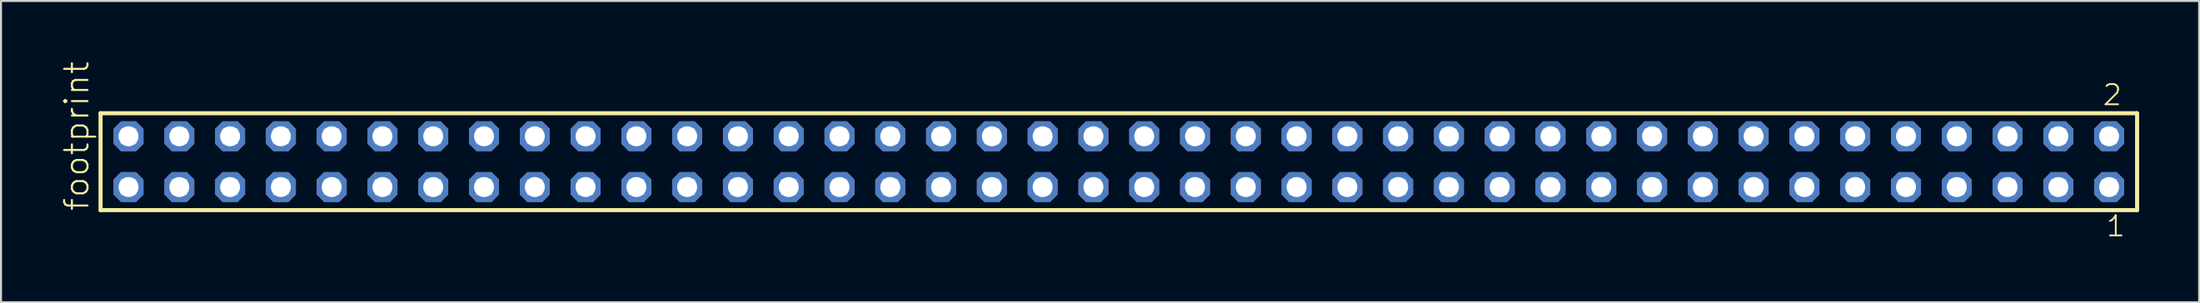
<source format=kicad_pcb>
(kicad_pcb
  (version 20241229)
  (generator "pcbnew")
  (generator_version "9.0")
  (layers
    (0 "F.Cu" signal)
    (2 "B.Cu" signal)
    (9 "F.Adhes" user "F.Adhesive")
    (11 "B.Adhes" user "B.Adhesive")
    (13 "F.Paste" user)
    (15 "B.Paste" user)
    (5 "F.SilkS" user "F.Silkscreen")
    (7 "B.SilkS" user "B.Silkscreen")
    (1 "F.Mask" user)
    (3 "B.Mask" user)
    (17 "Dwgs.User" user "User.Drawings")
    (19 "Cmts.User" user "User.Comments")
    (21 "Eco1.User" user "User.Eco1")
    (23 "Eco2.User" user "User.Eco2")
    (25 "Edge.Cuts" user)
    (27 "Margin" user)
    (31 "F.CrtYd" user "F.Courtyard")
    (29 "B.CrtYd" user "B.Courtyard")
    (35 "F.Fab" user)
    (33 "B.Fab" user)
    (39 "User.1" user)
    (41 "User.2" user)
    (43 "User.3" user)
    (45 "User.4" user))
  (footprint "footprint"
    (layer "F.Cu")
    (at 52.908 5.042)
    (property "Reference" "footprint" (at -51.435 2.54 90) (layer "F.SilkS") (effects (font (size 1.168 1.168) (thickness 0.102)) (justify left bottom)))
    (fp_line (start -50.929 -2.425) (end 50.929 -2.425) (stroke (width 0.203) (type solid)) (layer "F.SilkS"))
    (fp_line (start -50.929 2.425) (end -50.929 -2.425) (stroke (width 0.203) (type solid)) (layer "F.SilkS"))
    (fp_line (start 50.929 -2.425) (end 50.929 2.425) (stroke (width 0.203) (type solid)) (layer "F.SilkS"))
    (fp_line (start 50.929 2.425) (end -50.929 2.425) (stroke (width 0.203) (type solid)) (layer "F.SilkS"))
    (fp_poly (pts (xy -49.88 -0.92) (xy -49.18 -0.92) (xy -49.18 -1.62) (xy -49.88 -1.62)) (stroke (width 0.1) (type solid)) (fill no) (layer "F.Fab"))
    (fp_poly (pts (xy -49.88 1.62) (xy -49.18 1.62) (xy -49.18 0.92) (xy -49.88 0.92)) (stroke (width 0.1) (type solid)) (fill no) (layer "F.Fab"))
    (fp_poly (pts (xy -47.34 -0.92) (xy -46.64 -0.92) (xy -46.64 -1.62) (xy -47.34 -1.62)) (stroke (width 0.1) (type solid)) (fill no) (layer "F.Fab"))
    (fp_poly (pts (xy -47.34 1.62) (xy -46.64 1.62) (xy -46.64 0.92) (xy -47.34 0.92)) (stroke (width 0.1) (type solid)) (fill no) (layer "F.Fab"))
    (fp_poly (pts (xy -44.8 -0.92) (xy -44.1 -0.92) (xy -44.1 -1.62) (xy -44.8 -1.62)) (stroke (width 0.1) (type solid)) (fill no) (layer "F.Fab"))
    (fp_poly (pts (xy -44.8 1.62) (xy -44.1 1.62) (xy -44.1 0.92) (xy -44.8 0.92)) (stroke (width 0.1) (type solid)) (fill no) (layer "F.Fab"))
    (fp_poly (pts (xy -42.26 -0.92) (xy -41.56 -0.92) (xy -41.56 -1.62) (xy -42.26 -1.62)) (stroke (width 0.1) (type solid)) (fill no) (layer "F.Fab"))
    (fp_poly (pts (xy -42.26 1.62) (xy -41.56 1.62) (xy -41.56 0.92) (xy -42.26 0.92)) (stroke (width 0.1) (type solid)) (fill no) (layer "F.Fab"))
    (fp_poly (pts (xy -39.72 -0.92) (xy -39.02 -0.92) (xy -39.02 -1.62) (xy -39.72 -1.62)) (stroke (width 0.1) (type solid)) (fill no) (layer "F.Fab"))
    (fp_poly (pts (xy -39.72 1.62) (xy -39.02 1.62) (xy -39.02 0.92) (xy -39.72 0.92)) (stroke (width 0.1) (type solid)) (fill no) (layer "F.Fab"))
    (fp_poly (pts (xy -37.18 -0.92) (xy -36.48 -0.92) (xy -36.48 -1.62) (xy -37.18 -1.62)) (stroke (width 0.1) (type solid)) (fill no) (layer "F.Fab"))
    (fp_poly (pts (xy -37.18 1.62) (xy -36.48 1.62) (xy -36.48 0.92) (xy -37.18 0.92)) (stroke (width 0.1) (type solid)) (fill no) (layer "F.Fab"))
    (fp_poly (pts (xy -34.64 -0.92) (xy -33.94 -0.92) (xy -33.94 -1.62) (xy -34.64 -1.62)) (stroke (width 0.1) (type solid)) (fill no) (layer "F.Fab"))
    (fp_poly (pts (xy -34.64 1.62) (xy -33.94 1.62) (xy -33.94 0.92) (xy -34.64 0.92)) (stroke (width 0.1) (type solid)) (fill no) (layer "F.Fab"))
    (fp_poly (pts (xy -32.1 -0.92) (xy -31.4 -0.92) (xy -31.4 -1.62) (xy -32.1 -1.62)) (stroke (width 0.1) (type solid)) (fill no) (layer "F.Fab"))
    (fp_poly (pts (xy -32.1 1.62) (xy -31.4 1.62) (xy -31.4 0.92) (xy -32.1 0.92)) (stroke (width 0.1) (type solid)) (fill no) (layer "F.Fab"))
    (fp_poly (pts (xy -29.56 -0.92) (xy -28.86 -0.92) (xy -28.86 -1.62) (xy -29.56 -1.62)) (stroke (width 0.1) (type solid)) (fill no) (layer "F.Fab"))
    (fp_poly (pts (xy -29.56 1.62) (xy -28.86 1.62) (xy -28.86 0.92) (xy -29.56 0.92)) (stroke (width 0.1) (type solid)) (fill no) (layer "F.Fab"))
    (fp_poly (pts (xy -27.02 -0.92) (xy -26.32 -0.92) (xy -26.32 -1.62) (xy -27.02 -1.62)) (stroke (width 0.1) (type solid)) (fill no) (layer "F.Fab"))
    (fp_poly (pts (xy -27.02 1.62) (xy -26.32 1.62) (xy -26.32 0.92) (xy -27.02 0.92)) (stroke (width 0.1) (type solid)) (fill no) (layer "F.Fab"))
    (fp_poly (pts (xy -24.48 -0.92) (xy -23.78 -0.92) (xy -23.78 -1.62) (xy -24.48 -1.62)) (stroke (width 0.1) (type solid)) (fill no) (layer "F.Fab"))
    (fp_poly (pts (xy -24.48 1.62) (xy -23.78 1.62) (xy -23.78 0.92) (xy -24.48 0.92)) (stroke (width 0.1) (type solid)) (fill no) (layer "F.Fab"))
    (fp_poly (pts (xy -21.94 -0.92) (xy -21.24 -0.92) (xy -21.24 -1.62) (xy -21.94 -1.62)) (stroke (width 0.1) (type solid)) (fill no) (layer "F.Fab"))
    (fp_poly (pts (xy -21.94 1.62) (xy -21.24 1.62) (xy -21.24 0.92) (xy -21.94 0.92)) (stroke (width 0.1) (type solid)) (fill no) (layer "F.Fab"))
    (fp_poly (pts (xy -19.4 -0.92) (xy -18.7 -0.92) (xy -18.7 -1.62) (xy -19.4 -1.62)) (stroke (width 0.1) (type solid)) (fill no) (layer "F.Fab"))
    (fp_poly (pts (xy -19.4 1.62) (xy -18.7 1.62) (xy -18.7 0.92) (xy -19.4 0.92)) (stroke (width 0.1) (type solid)) (fill no) (layer "F.Fab"))
    (fp_poly (pts (xy -16.86 -0.92) (xy -16.16 -0.92) (xy -16.16 -1.62) (xy -16.86 -1.62)) (stroke (width 0.1) (type solid)) (fill no) (layer "F.Fab"))
    (fp_poly (pts (xy -16.86 1.62) (xy -16.16 1.62) (xy -16.16 0.92) (xy -16.86 0.92)) (stroke (width 0.1) (type solid)) (fill no) (layer "F.Fab"))
    (fp_poly (pts (xy -14.32 -0.92) (xy -13.62 -0.92) (xy -13.62 -1.62) (xy -14.32 -1.62)) (stroke (width 0.1) (type solid)) (fill no) (layer "F.Fab"))
    (fp_poly (pts (xy -14.32 1.62) (xy -13.62 1.62) (xy -13.62 0.92) (xy -14.32 0.92)) (stroke (width 0.1) (type solid)) (fill no) (layer "F.Fab"))
    (fp_poly (pts (xy -11.78 -0.92) (xy -11.08 -0.92) (xy -11.08 -1.62) (xy -11.78 -1.62)) (stroke (width 0.1) (type solid)) (fill no) (layer "F.Fab"))
    (fp_poly (pts (xy -11.78 1.62) (xy -11.08 1.62) (xy -11.08 0.92) (xy -11.78 0.92)) (stroke (width 0.1) (type solid)) (fill no) (layer "F.Fab"))
    (fp_poly (pts (xy -9.24 -0.92) (xy -8.54 -0.92) (xy -8.54 -1.62) (xy -9.24 -1.62)) (stroke (width 0.1) (type solid)) (fill no) (layer "F.Fab"))
    (fp_poly (pts (xy -9.24 1.62) (xy -8.54 1.62) (xy -8.54 0.92) (xy -9.24 0.92)) (stroke (width 0.1) (type solid)) (fill no) (layer "F.Fab"))
    (fp_poly (pts (xy -6.7 -0.92) (xy -6 -0.92) (xy -6 -1.62) (xy -6.7 -1.62)) (stroke (width 0.1) (type solid)) (fill no) (layer "F.Fab"))
    (fp_poly (pts (xy -6.7 1.62) (xy -6 1.62) (xy -6 0.92) (xy -6.7 0.92)) (stroke (width 0.1) (type solid)) (fill no) (layer "F.Fab"))
    (fp_poly (pts (xy -4.16 -0.92) (xy -3.46 -0.92) (xy -3.46 -1.62) (xy -4.16 -1.62)) (stroke (width 0.1) (type solid)) (fill no) (layer "F.Fab"))
    (fp_poly (pts (xy -4.16 1.62) (xy -3.46 1.62) (xy -3.46 0.92) (xy -4.16 0.92)) (stroke (width 0.1) (type solid)) (fill no) (layer "F.Fab"))
    (fp_poly (pts (xy -1.62 -0.92) (xy -0.92 -0.92) (xy -0.92 -1.62) (xy -1.62 -1.62)) (stroke (width 0.1) (type solid)) (fill no) (layer "F.Fab"))
    (fp_poly (pts (xy -1.62 1.62) (xy -0.92 1.62) (xy -0.92 0.92) (xy -1.62 0.92)) (stroke (width 0.1) (type solid)) (fill no) (layer "F.Fab"))
    (fp_poly (pts (xy 0.92 -0.92) (xy 1.62 -0.92) (xy 1.62 -1.62) (xy 0.92 -1.62)) (stroke (width 0.1) (type solid)) (fill no) (layer "F.Fab"))
    (fp_poly (pts (xy 0.92 1.62) (xy 1.62 1.62) (xy 1.62 0.92) (xy 0.92 0.92)) (stroke (width 0.1) (type solid)) (fill no) (layer "F.Fab"))
    (fp_poly (pts (xy 3.46 -0.92) (xy 4.16 -0.92) (xy 4.16 -1.62) (xy 3.46 -1.62)) (stroke (width 0.1) (type solid)) (fill no) (layer "F.Fab"))
    (fp_poly (pts (xy 3.46 1.62) (xy 4.16 1.62) (xy 4.16 0.92) (xy 3.46 0.92)) (stroke (width 0.1) (type solid)) (fill no) (layer "F.Fab"))
    (fp_poly (pts (xy 6 -0.92) (xy 6.7 -0.92) (xy 6.7 -1.62) (xy 6 -1.62)) (stroke (width 0.1) (type solid)) (fill no) (layer "F.Fab"))
    (fp_poly (pts (xy 6 1.62) (xy 6.7 1.62) (xy 6.7 0.92) (xy 6 0.92)) (stroke (width 0.1) (type solid)) (fill no) (layer "F.Fab"))
    (fp_poly (pts (xy 8.54 -0.92) (xy 9.24 -0.92) (xy 9.24 -1.62) (xy 8.54 -1.62)) (stroke (width 0.1) (type solid)) (fill no) (layer "F.Fab"))
    (fp_poly (pts (xy 8.54 1.62) (xy 9.24 1.62) (xy 9.24 0.92) (xy 8.54 0.92)) (stroke (width 0.1) (type solid)) (fill no) (layer "F.Fab"))
    (fp_poly (pts (xy 11.08 -0.92) (xy 11.78 -0.92) (xy 11.78 -1.62) (xy 11.08 -1.62)) (stroke (width 0.1) (type solid)) (fill no) (layer "F.Fab"))
    (fp_poly (pts (xy 11.08 1.62) (xy 11.78 1.62) (xy 11.78 0.92) (xy 11.08 0.92)) (stroke (width 0.1) (type solid)) (fill no) (layer "F.Fab"))
    (fp_poly (pts (xy 13.62 -0.92) (xy 14.32 -0.92) (xy 14.32 -1.62) (xy 13.62 -1.62)) (stroke (width 0.1) (type solid)) (fill no) (layer "F.Fab"))
    (fp_poly (pts (xy 13.62 1.62) (xy 14.32 1.62) (xy 14.32 0.92) (xy 13.62 0.92)) (stroke (width 0.1) (type solid)) (fill no) (layer "F.Fab"))
    (fp_poly (pts (xy 16.16 -0.92) (xy 16.86 -0.92) (xy 16.86 -1.62) (xy 16.16 -1.62)) (stroke (width 0.1) (type solid)) (fill no) (layer "F.Fab"))
    (fp_poly (pts (xy 16.16 1.62) (xy 16.86 1.62) (xy 16.86 0.92) (xy 16.16 0.92)) (stroke (width 0.1) (type solid)) (fill no) (layer "F.Fab"))
    (fp_poly (pts (xy 18.7 -0.92) (xy 19.4 -0.92) (xy 19.4 -1.62) (xy 18.7 -1.62)) (stroke (width 0.1) (type solid)) (fill no) (layer "F.Fab"))
    (fp_poly (pts (xy 18.7 1.62) (xy 19.4 1.62) (xy 19.4 0.92) (xy 18.7 0.92)) (stroke (width 0.1) (type solid)) (fill no) (layer "F.Fab"))
    (fp_poly (pts (xy 21.24 -0.92) (xy 21.94 -0.92) (xy 21.94 -1.62) (xy 21.24 -1.62)) (stroke (width 0.1) (type solid)) (fill no) (layer "F.Fab"))
    (fp_poly (pts (xy 21.24 1.62) (xy 21.94 1.62) (xy 21.94 0.92) (xy 21.24 0.92)) (stroke (width 0.1) (type solid)) (fill no) (layer "F.Fab"))
    (fp_poly (pts (xy 23.78 -0.92) (xy 24.48 -0.92) (xy 24.48 -1.62) (xy 23.78 -1.62)) (stroke (width 0.1) (type solid)) (fill no) (layer "F.Fab"))
    (fp_poly (pts (xy 23.78 1.62) (xy 24.48 1.62) (xy 24.48 0.92) (xy 23.78 0.92)) (stroke (width 0.1) (type solid)) (fill no) (layer "F.Fab"))
    (fp_poly (pts (xy 26.32 -0.92) (xy 27.02 -0.92) (xy 27.02 -1.62) (xy 26.32 -1.62)) (stroke (width 0.1) (type solid)) (fill no) (layer "F.Fab"))
    (fp_poly (pts (xy 26.32 1.62) (xy 27.02 1.62) (xy 27.02 0.92) (xy 26.32 0.92)) (stroke (width 0.1) (type solid)) (fill no) (layer "F.Fab"))
    (fp_poly (pts (xy 28.86 -0.92) (xy 29.56 -0.92) (xy 29.56 -1.62) (xy 28.86 -1.62)) (stroke (width 0.1) (type solid)) (fill no) (layer "F.Fab"))
    (fp_poly (pts (xy 28.86 1.62) (xy 29.56 1.62) (xy 29.56 0.92) (xy 28.86 0.92)) (stroke (width 0.1) (type solid)) (fill no) (layer "F.Fab"))
    (fp_poly (pts (xy 31.4 -0.92) (xy 32.1 -0.92) (xy 32.1 -1.62) (xy 31.4 -1.62)) (stroke (width 0.1) (type solid)) (fill no) (layer "F.Fab"))
    (fp_poly (pts (xy 31.4 1.62) (xy 32.1 1.62) (xy 32.1 0.92) (xy 31.4 0.92)) (stroke (width 0.1) (type solid)) (fill no) (layer "F.Fab"))
    (fp_poly (pts (xy 33.94 -0.92) (xy 34.64 -0.92) (xy 34.64 -1.62) (xy 33.94 -1.62)) (stroke (width 0.1) (type solid)) (fill no) (layer "F.Fab"))
    (fp_poly (pts (xy 33.94 1.62) (xy 34.64 1.62) (xy 34.64 0.92) (xy 33.94 0.92)) (stroke (width 0.1) (type solid)) (fill no) (layer "F.Fab"))
    (fp_poly (pts (xy 36.48 -0.92) (xy 37.18 -0.92) (xy 37.18 -1.62) (xy 36.48 -1.62)) (stroke (width 0.1) (type solid)) (fill no) (layer "F.Fab"))
    (fp_poly (pts (xy 36.48 1.62) (xy 37.18 1.62) (xy 37.18 0.92) (xy 36.48 0.92)) (stroke (width 0.1) (type solid)) (fill no) (layer "F.Fab"))
    (fp_poly (pts (xy 39.02 -0.92) (xy 39.72 -0.92) (xy 39.72 -1.62) (xy 39.02 -1.62)) (stroke (width 0.1) (type solid)) (fill no) (layer "F.Fab"))
    (fp_poly (pts (xy 39.02 1.62) (xy 39.72 1.62) (xy 39.72 0.92) (xy 39.02 0.92)) (stroke (width 0.1) (type solid)) (fill no) (layer "F.Fab"))
    (fp_poly (pts (xy 41.56 -0.92) (xy 42.26 -0.92) (xy 42.26 -1.62) (xy 41.56 -1.62)) (stroke (width 0.1) (type solid)) (fill no) (layer "F.Fab"))
    (fp_poly (pts (xy 41.56 1.62) (xy 42.26 1.62) (xy 42.26 0.92) (xy 41.56 0.92)) (stroke (width 0.1) (type solid)) (fill no) (layer "F.Fab"))
    (fp_poly (pts (xy 44.1 -0.92) (xy 44.8 -0.92) (xy 44.8 -1.62) (xy 44.1 -1.62)) (stroke (width 0.1) (type solid)) (fill no) (layer "F.Fab"))
    (fp_poly (pts (xy 44.1 1.62) (xy 44.8 1.62) (xy 44.8 0.92) (xy 44.1 0.92)) (stroke (width 0.1) (type solid)) (fill no) (layer "F.Fab"))
    (fp_poly (pts (xy 46.64 -0.92) (xy 47.34 -0.92) (xy 47.34 -1.62) (xy 46.64 -1.62)) (stroke (width 0.1) (type solid)) (fill no) (layer "F.Fab"))
    (fp_poly (pts (xy 46.64 1.62) (xy 47.34 1.62) (xy 47.34 0.92) (xy 46.64 0.92)) (stroke (width 0.1) (type solid)) (fill no) (layer "F.Fab"))
    (fp_poly (pts (xy 49.18 -0.92) (xy 49.88 -0.92) (xy 49.88 -1.62) (xy 49.18 -1.62)) (stroke (width 0.1) (type solid)) (fill no) (layer "F.Fab"))
    (fp_poly (pts (xy 49.18 1.62) (xy 49.88 1.62) (xy 49.88 0.92) (xy 49.18 0.92)) (stroke (width 0.1) (type solid)) (fill no) (layer "F.Fab"))
    (fp_text user "2" (at 49.147 -2.744 0) (layer "F.SilkS") (effects (font (size 1.012 1.012) (thickness 0.088)) (justify left bottom)))
    (fp_text user "1" (at 49.322 3.818 0) (layer "F.SilkS") (effects (font (size 1.012 1.012) (thickness 0.088)) (justify left bottom)))
    (pad "1" thru_hole roundrect (at 49.53 1.27 180) (size 1.5 1.5) (drill 1) (layers "*.Cu" "*.Mask") (roundrect_rratio 0.25) (chamfer_ratio 0.25) (chamfer top_left top_right bottom_left bottom_right))
    (pad "2" thru_hole roundrect (at 49.53 -1.27 180) (size 1.5 1.5) (drill 1) (layers "*.Cu" "*.Mask") (roundrect_rratio 0.25) (chamfer_ratio 0.25) (chamfer top_left top_right bottom_left bottom_right))
    (pad "3" thru_hole roundrect (at 46.99 1.27 180) (size 1.5 1.5) (drill 1) (layers "*.Cu" "*.Mask") (roundrect_rratio 0.25) (chamfer_ratio 0.25) (chamfer top_left top_right bottom_left bottom_right))
    (pad "4" thru_hole roundrect (at 46.99 -1.27 180) (size 1.5 1.5) (drill 1) (layers "*.Cu" "*.Mask") (roundrect_rratio 0.25) (chamfer_ratio 0.25) (chamfer top_left top_right bottom_left bottom_right))
    (pad "5" thru_hole roundrect (at 44.45 1.27 180) (size 1.5 1.5) (drill 1) (layers "*.Cu" "*.Mask") (roundrect_rratio 0.25) (chamfer_ratio 0.25) (chamfer top_left top_right bottom_left bottom_right))
    (pad "6" thru_hole roundrect (at 44.45 -1.27 180) (size 1.5 1.5) (drill 1) (layers "*.Cu" "*.Mask") (roundrect_rratio 0.25) (chamfer_ratio 0.25) (chamfer top_left top_right bottom_left bottom_right))
    (pad "7" thru_hole roundrect (at 41.91 1.27 180) (size 1.5 1.5) (drill 1) (layers "*.Cu" "*.Mask") (roundrect_rratio 0.25) (chamfer_ratio 0.25) (chamfer top_left top_right bottom_left bottom_right))
    (pad "8" thru_hole roundrect (at 41.91 -1.27 180) (size 1.5 1.5) (drill 1) (layers "*.Cu" "*.Mask") (roundrect_rratio 0.25) (chamfer_ratio 0.25) (chamfer top_left top_right bottom_left bottom_right))
    (pad "9" thru_hole roundrect (at 39.37 1.27 180) (size 1.5 1.5) (drill 1) (layers "*.Cu" "*.Mask") (roundrect_rratio 0.25) (chamfer_ratio 0.25) (chamfer top_left top_right bottom_left bottom_right))
    (pad "10" thru_hole roundrect (at 39.37 -1.27 180) (size 1.5 1.5) (drill 1) (layers "*.Cu" "*.Mask") (roundrect_rratio 0.25) (chamfer_ratio 0.25) (chamfer top_left top_right bottom_left bottom_right))
    (pad "11" thru_hole roundrect (at 36.83 1.27 180) (size 1.5 1.5) (drill 1) (layers "*.Cu" "*.Mask") (roundrect_rratio 0.25) (chamfer_ratio 0.25) (chamfer top_left top_right bottom_left bottom_right))
    (pad "12" thru_hole roundrect (at 36.83 -1.27 180) (size 1.5 1.5) (drill 1) (layers "*.Cu" "*.Mask") (roundrect_rratio 0.25) (chamfer_ratio 0.25) (chamfer top_left top_right bottom_left bottom_right))
    (pad "13" thru_hole roundrect (at 34.29 1.27 180) (size 1.5 1.5) (drill 1) (layers "*.Cu" "*.Mask") (roundrect_rratio 0.25) (chamfer_ratio 0.25) (chamfer top_left top_right bottom_left bottom_right))
    (pad "14" thru_hole roundrect (at 34.29 -1.27 180) (size 1.5 1.5) (drill 1) (layers "*.Cu" "*.Mask") (roundrect_rratio 0.25) (chamfer_ratio 0.25) (chamfer top_left top_right bottom_left bottom_right))
    (pad "15" thru_hole roundrect (at 31.75 1.27 180) (size 1.5 1.5) (drill 1) (layers "*.Cu" "*.Mask") (roundrect_rratio 0.25) (chamfer_ratio 0.25) (chamfer top_left top_right bottom_left bottom_right))
    (pad "16" thru_hole roundrect (at 31.75 -1.27 180) (size 1.5 1.5) (drill 1) (layers "*.Cu" "*.Mask") (roundrect_rratio 0.25) (chamfer_ratio 0.25) (chamfer top_left top_right bottom_left bottom_right))
    (pad "17" thru_hole roundrect (at 29.21 1.27 180) (size 1.5 1.5) (drill 1) (layers "*.Cu" "*.Mask") (roundrect_rratio 0.25) (chamfer_ratio 0.25) (chamfer top_left top_right bottom_left bottom_right))
    (pad "18" thru_hole roundrect (at 29.21 -1.27 180) (size 1.5 1.5) (drill 1) (layers "*.Cu" "*.Mask") (roundrect_rratio 0.25) (chamfer_ratio 0.25) (chamfer top_left top_right bottom_left bottom_right))
    (pad "19" thru_hole roundrect (at 26.67 1.27 180) (size 1.5 1.5) (drill 1) (layers "*.Cu" "*.Mask") (roundrect_rratio 0.25) (chamfer_ratio 0.25) (chamfer top_left top_right bottom_left bottom_right))
    (pad "20" thru_hole roundrect (at 26.67 -1.27 180) (size 1.5 1.5) (drill 1) (layers "*.Cu" "*.Mask") (roundrect_rratio 0.25) (chamfer_ratio 0.25) (chamfer top_left top_right bottom_left bottom_right))
    (pad "21" thru_hole roundrect (at 24.13 1.27 180) (size 1.5 1.5) (drill 1) (layers "*.Cu" "*.Mask") (roundrect_rratio 0.25) (chamfer_ratio 0.25) (chamfer top_left top_right bottom_left bottom_right))
    (pad "22" thru_hole roundrect (at 24.13 -1.27 180) (size 1.5 1.5) (drill 1) (layers "*.Cu" "*.Mask") (roundrect_rratio 0.25) (chamfer_ratio 0.25) (chamfer top_left top_right bottom_left bottom_right))
    (pad "23" thru_hole roundrect (at 21.59 1.27 180) (size 1.5 1.5) (drill 1) (layers "*.Cu" "*.Mask") (roundrect_rratio 0.25) (chamfer_ratio 0.25) (chamfer top_left top_right bottom_left bottom_right))
    (pad "24" thru_hole roundrect (at 21.59 -1.27 180) (size 1.5 1.5) (drill 1) (layers "*.Cu" "*.Mask") (roundrect_rratio 0.25) (chamfer_ratio 0.25) (chamfer top_left top_right bottom_left bottom_right))
    (pad "25" thru_hole roundrect (at 19.05 1.27 180) (size 1.5 1.5) (drill 1) (layers "*.Cu" "*.Mask") (roundrect_rratio 0.25) (chamfer_ratio 0.25) (chamfer top_left top_right bottom_left bottom_right))
    (pad "26" thru_hole roundrect (at 19.05 -1.27 180) (size 1.5 1.5) (drill 1) (layers "*.Cu" "*.Mask") (roundrect_rratio 0.25) (chamfer_ratio 0.25) (chamfer top_left top_right bottom_left bottom_right))
    (pad "27" thru_hole roundrect (at 16.51 1.27 180) (size 1.5 1.5) (drill 1) (layers "*.Cu" "*.Mask") (roundrect_rratio 0.25) (chamfer_ratio 0.25) (chamfer top_left top_right bottom_left bottom_right))
    (pad "28" thru_hole roundrect (at 16.51 -1.27 180) (size 1.5 1.5) (drill 1) (layers "*.Cu" "*.Mask") (roundrect_rratio 0.25) (chamfer_ratio 0.25) (chamfer top_left top_right bottom_left bottom_right))
    (pad "29" thru_hole roundrect (at 13.97 1.27 180) (size 1.5 1.5) (drill 1) (layers "*.Cu" "*.Mask") (roundrect_rratio 0.25) (chamfer_ratio 0.25) (chamfer top_left top_right bottom_left bottom_right))
    (pad "30" thru_hole roundrect (at 13.97 -1.27 180) (size 1.5 1.5) (drill 1) (layers "*.Cu" "*.Mask") (roundrect_rratio 0.25) (chamfer_ratio 0.25) (chamfer top_left top_right bottom_left bottom_right))
    (pad "31" thru_hole roundrect (at 11.43 1.27 180) (size 1.5 1.5) (drill 1) (layers "*.Cu" "*.Mask") (roundrect_rratio 0.25) (chamfer_ratio 0.25) (chamfer top_left top_right bottom_left bottom_right))
    (pad "32" thru_hole roundrect (at 11.43 -1.27 180) (size 1.5 1.5) (drill 1) (layers "*.Cu" "*.Mask") (roundrect_rratio 0.25) (chamfer_ratio 0.25) (chamfer top_left top_right bottom_left bottom_right))
    (pad "33" thru_hole roundrect (at 8.89 1.27 180) (size 1.5 1.5) (drill 1) (layers "*.Cu" "*.Mask") (roundrect_rratio 0.25) (chamfer_ratio 0.25) (chamfer top_left top_right bottom_left bottom_right))
    (pad "34" thru_hole roundrect (at 8.89 -1.27 180) (size 1.5 1.5) (drill 1) (layers "*.Cu" "*.Mask") (roundrect_rratio 0.25) (chamfer_ratio 0.25) (chamfer top_left top_right bottom_left bottom_right))
    (pad "35" thru_hole roundrect (at 6.35 1.27 180) (size 1.5 1.5) (drill 1) (layers "*.Cu" "*.Mask") (roundrect_rratio 0.25) (chamfer_ratio 0.25) (chamfer top_left top_right bottom_left bottom_right))
    (pad "36" thru_hole roundrect (at 6.35 -1.27 180) (size 1.5 1.5) (drill 1) (layers "*.Cu" "*.Mask") (roundrect_rratio 0.25) (chamfer_ratio 0.25) (chamfer top_left top_right bottom_left bottom_right))
    (pad "37" thru_hole roundrect (at 3.81 1.27 180) (size 1.5 1.5) (drill 1) (layers "*.Cu" "*.Mask") (roundrect_rratio 0.25) (chamfer_ratio 0.25) (chamfer top_left top_right bottom_left bottom_right))
    (pad "38" thru_hole roundrect (at 3.81 -1.27 180) (size 1.5 1.5) (drill 1) (layers "*.Cu" "*.Mask") (roundrect_rratio 0.25) (chamfer_ratio 0.25) (chamfer top_left top_right bottom_left bottom_right))
    (pad "39" thru_hole roundrect (at 1.27 1.27 180) (size 1.5 1.5) (drill 1) (layers "*.Cu" "*.Mask") (roundrect_rratio 0.25) (chamfer_ratio 0.25) (chamfer top_left top_right bottom_left bottom_right))
    (pad "40" thru_hole roundrect (at 1.27 -1.27 180) (size 1.5 1.5) (drill 1) (layers "*.Cu" "*.Mask") (roundrect_rratio 0.25) (chamfer_ratio 0.25) (chamfer top_left top_right bottom_left bottom_right))
    (pad "41" thru_hole roundrect (at -1.27 1.27 180) (size 1.5 1.5) (drill 1) (layers "*.Cu" "*.Mask") (roundrect_rratio 0.25) (chamfer_ratio 0.25) (chamfer top_left top_right bottom_left bottom_right))
    (pad "42" thru_hole roundrect (at -1.27 -1.27 180) (size 1.5 1.5) (drill 1) (layers "*.Cu" "*.Mask") (roundrect_rratio 0.25) (chamfer_ratio 0.25) (chamfer top_left top_right bottom_left bottom_right))
    (pad "43" thru_hole roundrect (at -3.81 1.27 180) (size 1.5 1.5) (drill 1) (layers "*.Cu" "*.Mask") (roundrect_rratio 0.25) (chamfer_ratio 0.25) (chamfer top_left top_right bottom_left bottom_right))
    (pad "44" thru_hole roundrect (at -3.81 -1.27 180) (size 1.5 1.5) (drill 1) (layers "*.Cu" "*.Mask") (roundrect_rratio 0.25) (chamfer_ratio 0.25) (chamfer top_left top_right bottom_left bottom_right))
    (pad "45" thru_hole roundrect (at -6.35 1.27 180) (size 1.5 1.5) (drill 1) (layers "*.Cu" "*.Mask") (roundrect_rratio 0.25) (chamfer_ratio 0.25) (chamfer top_left top_right bottom_left bottom_right))
    (pad "46" thru_hole roundrect (at -6.35 -1.27 180) (size 1.5 1.5) (drill 1) (layers "*.Cu" "*.Mask") (roundrect_rratio 0.25) (chamfer_ratio 0.25) (chamfer top_left top_right bottom_left bottom_right))
    (pad "47" thru_hole roundrect (at -8.89 1.27 180) (size 1.5 1.5) (drill 1) (layers "*.Cu" "*.Mask") (roundrect_rratio 0.25) (chamfer_ratio 0.25) (chamfer top_left top_right bottom_left bottom_right))
    (pad "48" thru_hole roundrect (at -8.89 -1.27 180) (size 1.5 1.5) (drill 1) (layers "*.Cu" "*.Mask") (roundrect_rratio 0.25) (chamfer_ratio 0.25) (chamfer top_left top_right bottom_left bottom_right))
    (pad "49" thru_hole roundrect (at -11.43 1.27 180) (size 1.5 1.5) (drill 1) (layers "*.Cu" "*.Mask") (roundrect_rratio 0.25) (chamfer_ratio 0.25) (chamfer top_left top_right bottom_left bottom_right))
    (pad "50" thru_hole roundrect (at -11.43 -1.27 180) (size 1.5 1.5) (drill 1) (layers "*.Cu" "*.Mask") (roundrect_rratio 0.25) (chamfer_ratio 0.25) (chamfer top_left top_right bottom_left bottom_right))
    (pad "51" thru_hole roundrect (at -13.97 1.27 180) (size 1.5 1.5) (drill 1) (layers "*.Cu" "*.Mask") (roundrect_rratio 0.25) (chamfer_ratio 0.25) (chamfer top_left top_right bottom_left bottom_right))
    (pad "52" thru_hole roundrect (at -13.97 -1.27 180) (size 1.5 1.5) (drill 1) (layers "*.Cu" "*.Mask") (roundrect_rratio 0.25) (chamfer_ratio 0.25) (chamfer top_left top_right bottom_left bottom_right))
    (pad "53" thru_hole roundrect (at -16.51 1.27 180) (size 1.5 1.5) (drill 1) (layers "*.Cu" "*.Mask") (roundrect_rratio 0.25) (chamfer_ratio 0.25) (chamfer top_left top_right bottom_left bottom_right))
    (pad "54" thru_hole roundrect (at -16.51 -1.27 180) (size 1.5 1.5) (drill 1) (layers "*.Cu" "*.Mask") (roundrect_rratio 0.25) (chamfer_ratio 0.25) (chamfer top_left top_right bottom_left bottom_right))
    (pad "55" thru_hole roundrect (at -19.05 1.27 180) (size 1.5 1.5) (drill 1) (layers "*.Cu" "*.Mask") (roundrect_rratio 0.25) (chamfer_ratio 0.25) (chamfer top_left top_right bottom_left bottom_right))
    (pad "56" thru_hole roundrect (at -19.05 -1.27 180) (size 1.5 1.5) (drill 1) (layers "*.Cu" "*.Mask") (roundrect_rratio 0.25) (chamfer_ratio 0.25) (chamfer top_left top_right bottom_left bottom_right))
    (pad "57" thru_hole roundrect (at -21.59 1.27 180) (size 1.5 1.5) (drill 1) (layers "*.Cu" "*.Mask") (roundrect_rratio 0.25) (chamfer_ratio 0.25) (chamfer top_left top_right bottom_left bottom_right))
    (pad "58" thru_hole roundrect (at -21.59 -1.27 180) (size 1.5 1.5) (drill 1) (layers "*.Cu" "*.Mask") (roundrect_rratio 0.25) (chamfer_ratio 0.25) (chamfer top_left top_right bottom_left bottom_right))
    (pad "59" thru_hole roundrect (at -24.13 1.27 180) (size 1.5 1.5) (drill 1) (layers "*.Cu" "*.Mask") (roundrect_rratio 0.25) (chamfer_ratio 0.25) (chamfer top_left top_right bottom_left bottom_right))
    (pad "60" thru_hole roundrect (at -24.13 -1.27 180) (size 1.5 1.5) (drill 1) (layers "*.Cu" "*.Mask") (roundrect_rratio 0.25) (chamfer_ratio 0.25) (chamfer top_left top_right bottom_left bottom_right))
    (pad "61" thru_hole roundrect (at -26.67 1.27 180) (size 1.5 1.5) (drill 1) (layers "*.Cu" "*.Mask") (roundrect_rratio 0.25) (chamfer_ratio 0.25) (chamfer top_left top_right bottom_left bottom_right))
    (pad "62" thru_hole roundrect (at -26.67 -1.27 180) (size 1.5 1.5) (drill 1) (layers "*.Cu" "*.Mask") (roundrect_rratio 0.25) (chamfer_ratio 0.25) (chamfer top_left top_right bottom_left bottom_right))
    (pad "63" thru_hole roundrect (at -29.21 1.27 180) (size 1.5 1.5) (drill 1) (layers "*.Cu" "*.Mask") (roundrect_rratio 0.25) (chamfer_ratio 0.25) (chamfer top_left top_right bottom_left bottom_right))
    (pad "64" thru_hole roundrect (at -29.21 -1.27 180) (size 1.5 1.5) (drill 1) (layers "*.Cu" "*.Mask") (roundrect_rratio 0.25) (chamfer_ratio 0.25) (chamfer top_left top_right bottom_left bottom_right))
    (pad "65" thru_hole roundrect (at -31.75 1.27 180) (size 1.5 1.5) (drill 1) (layers "*.Cu" "*.Mask") (roundrect_rratio 0.25) (chamfer_ratio 0.25) (chamfer top_left top_right bottom_left bottom_right))
    (pad "66" thru_hole roundrect (at -31.75 -1.27 180) (size 1.5 1.5) (drill 1) (layers "*.Cu" "*.Mask") (roundrect_rratio 0.25) (chamfer_ratio 0.25) (chamfer top_left top_right bottom_left bottom_right))
    (pad "67" thru_hole roundrect (at -34.29 1.27 180) (size 1.5 1.5) (drill 1) (layers "*.Cu" "*.Mask") (roundrect_rratio 0.25) (chamfer_ratio 0.25) (chamfer top_left top_right bottom_left bottom_right))
    (pad "68" thru_hole roundrect (at -34.29 -1.27 180) (size 1.5 1.5) (drill 1) (layers "*.Cu" "*.Mask") (roundrect_rratio 0.25) (chamfer_ratio 0.25) (chamfer top_left top_right bottom_left bottom_right))
    (pad "69" thru_hole roundrect (at -36.83 1.27 180) (size 1.5 1.5) (drill 1) (layers "*.Cu" "*.Mask") (roundrect_rratio 0.25) (chamfer_ratio 0.25) (chamfer top_left top_right bottom_left bottom_right))
    (pad "70" thru_hole roundrect (at -36.83 -1.27 180) (size 1.5 1.5) (drill 1) (layers "*.Cu" "*.Mask") (roundrect_rratio 0.25) (chamfer_ratio 0.25) (chamfer top_left top_right bottom_left bottom_right))
    (pad "71" thru_hole roundrect (at -39.37 1.27 180) (size 1.5 1.5) (drill 1) (layers "*.Cu" "*.Mask") (roundrect_rratio 0.25) (chamfer_ratio 0.25) (chamfer top_left top_right bottom_left bottom_right))
    (pad "72" thru_hole roundrect (at -39.37 -1.27 180) (size 1.5 1.5) (drill 1) (layers "*.Cu" "*.Mask") (roundrect_rratio 0.25) (chamfer_ratio 0.25) (chamfer top_left top_right bottom_left bottom_right))
    (pad "73" thru_hole roundrect (at -41.91 1.27 180) (size 1.5 1.5) (drill 1) (layers "*.Cu" "*.Mask") (roundrect_rratio 0.25) (chamfer_ratio 0.25) (chamfer top_left top_right bottom_left bottom_right))
    (pad "74" thru_hole roundrect (at -41.91 -1.27 180) (size 1.5 1.5) (drill 1) (layers "*.Cu" "*.Mask") (roundrect_rratio 0.25) (chamfer_ratio 0.25) (chamfer top_left top_right bottom_left bottom_right))
    (pad "75" thru_hole roundrect (at -44.45 1.27 180) (size 1.5 1.5) (drill 1) (layers "*.Cu" "*.Mask") (roundrect_rratio 0.25) (chamfer_ratio 0.25) (chamfer top_left top_right bottom_left bottom_right))
    (pad "76" thru_hole roundrect (at -44.45 -1.27 180) (size 1.5 1.5) (drill 1) (layers "*.Cu" "*.Mask") (roundrect_rratio 0.25) (chamfer_ratio 0.25) (chamfer top_left top_right bottom_left bottom_right))
    (pad "77" thru_hole roundrect (at -46.99 1.27 180) (size 1.5 1.5) (drill 1) (layers "*.Cu" "*.Mask") (roundrect_rratio 0.25) (chamfer_ratio 0.25) (chamfer top_left top_right bottom_left bottom_right))
    (pad "78" thru_hole roundrect (at -46.99 -1.27 180) (size 1.5 1.5) (drill 1) (layers "*.Cu" "*.Mask") (roundrect_rratio 0.25) (chamfer_ratio 0.25) (chamfer top_left top_right bottom_left bottom_right))
    (pad "79" thru_hole roundrect (at -49.53 1.27 180) (size 1.5 1.5) (drill 1) (layers "*.Cu" "*.Mask") (roundrect_rratio 0.25) (chamfer_ratio 0.25) (chamfer top_left top_right bottom_left bottom_right))
    (pad "80" thru_hole roundrect (at -49.53 -1.27 180) (size 1.5 1.5) (drill 1) (layers "*.Cu" "*.Mask") (roundrect_rratio 0.25) (chamfer_ratio 0.25) (chamfer top_left top_right bottom_left bottom_right)))
  (gr_rect
    (start -3 -3)
    (end 106.939 12.077)
    (stroke (width 0.1) (type default))
    (fill no)
    (layer "Edge.Cuts")))
</source>
